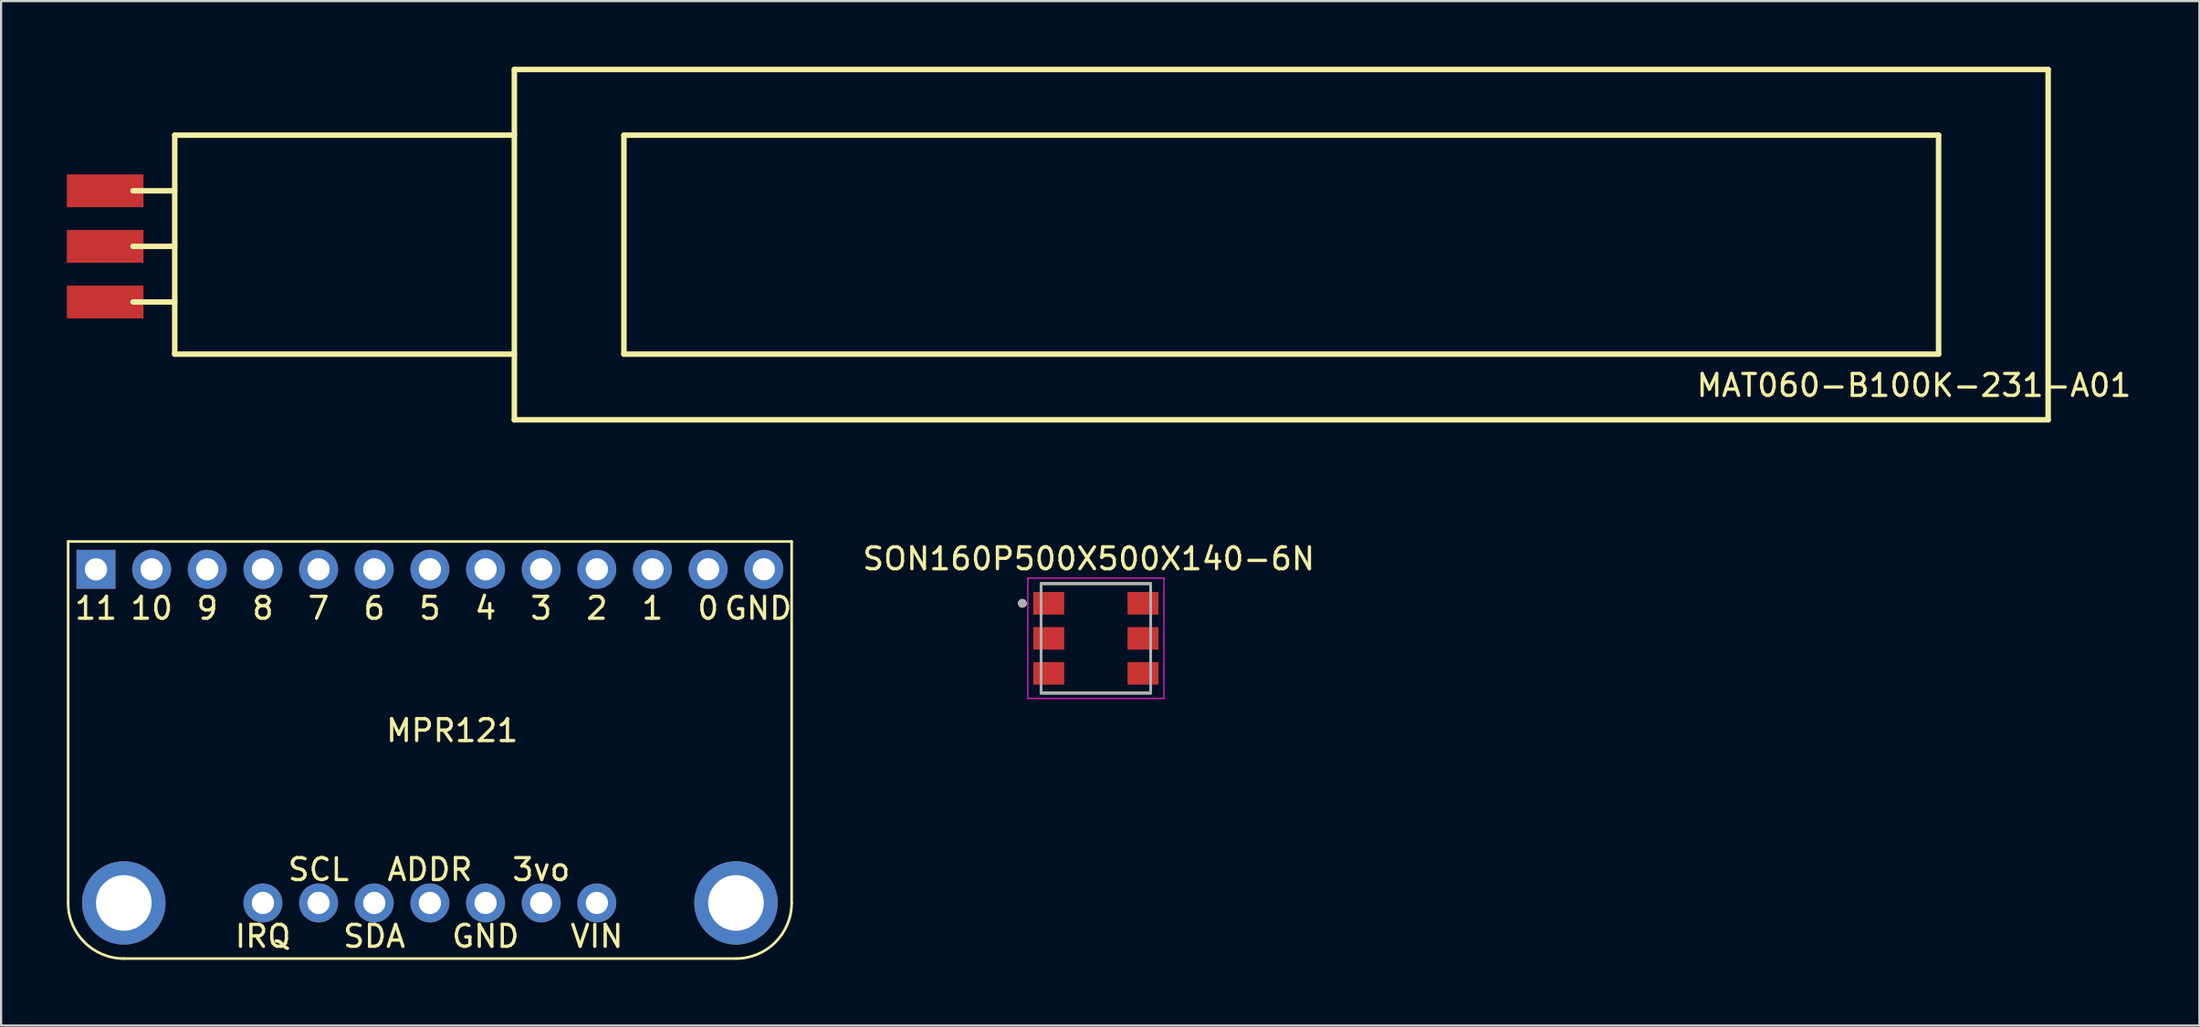
<source format=kicad_pcb>
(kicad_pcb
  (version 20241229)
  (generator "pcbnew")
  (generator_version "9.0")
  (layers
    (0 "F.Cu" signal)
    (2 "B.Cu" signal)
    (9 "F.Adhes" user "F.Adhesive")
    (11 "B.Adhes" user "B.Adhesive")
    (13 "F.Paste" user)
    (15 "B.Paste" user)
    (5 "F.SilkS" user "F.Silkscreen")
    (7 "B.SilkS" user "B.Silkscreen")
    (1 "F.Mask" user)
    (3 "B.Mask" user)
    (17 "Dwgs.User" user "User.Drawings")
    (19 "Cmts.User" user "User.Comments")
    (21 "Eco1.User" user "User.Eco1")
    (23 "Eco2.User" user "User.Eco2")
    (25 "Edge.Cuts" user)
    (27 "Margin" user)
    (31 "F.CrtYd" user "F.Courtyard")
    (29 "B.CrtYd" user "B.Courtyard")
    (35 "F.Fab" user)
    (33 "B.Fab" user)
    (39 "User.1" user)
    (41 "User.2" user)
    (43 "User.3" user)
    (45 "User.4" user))
  (footprint "MAT060-B100K-231-A01"
    (layer "F.Cu")
    (at 55.82 18.375)
    (property "Reference" "MAT060-B100K-231-A01" (at 28.48 -3.82 0) (layer "F.SilkS") (effects (font (size 1 1) (thickness 0.15))))
    (attr through_hole)
    (fp_line (start -50.895 -15.25) (end -50.895 -5.25) (stroke (width 0.25) (type solid)) (layer "F.SilkS"))
    (fp_line (start -50.895 -12.71) (end -52.8 -12.71) (stroke (width 0.25) (type solid)) (layer "F.SilkS"))
    (fp_line (start -50.895 -10.17) (end -52.8 -10.17) (stroke (width 0.25) (type solid)) (layer "F.SilkS"))
    (fp_line (start -50.895 -7.63) (end -52.8 -7.63) (stroke (width 0.25) (type solid)) (layer "F.SilkS"))
    (fp_line (start -50.895 -5.25) (end -35.395 -5.25) (stroke (width 0.25) (type solid)) (layer "F.SilkS"))
    (fp_line (start -35.395 -18.25) (end 34.605 -18.25) (stroke (width 0.25) (type solid)) (layer "F.SilkS"))
    (fp_line (start -35.395 -15.25) (end -50.895 -15.25) (stroke (width 0.25) (type solid)) (layer "F.SilkS"))
    (fp_line (start -35.395 -2.25) (end -35.395 -18.25) (stroke (width 0.25) (type solid)) (layer "F.SilkS"))
    (fp_line (start -30.395 -15.25) (end -30.395 -5.25) (stroke (width 0.25) (type solid)) (layer "F.SilkS"))
    (fp_line (start -30.395 -5.25) (end 29.605 -5.25) (stroke (width 0.25) (type solid)) (layer "F.SilkS"))
    (fp_line (start 29.605 -15.25) (end -30.395 -15.25) (stroke (width 0.25) (type solid)) (layer "F.SilkS"))
    (fp_line (start 29.605 -5.25) (end 29.605 -15.25) (stroke (width 0.25) (type solid)) (layer "F.SilkS"))
    (fp_line (start 34.605 -18.25) (end 34.605 -2.25) (stroke (width 0.25) (type solid)) (layer "F.SilkS"))
    (fp_line (start 34.605 -2.25) (end -35.395 -2.25) (stroke (width 0.25) (type solid)) (layer "F.SilkS"))
    (pad "1" smd rect (at -54.07 -12.71) (size 3.5 1.5) (layers "F.Cu" "F.Mask" "F.Paste"))
    (pad "2" smd rect (at -54.07 -10.17) (size 3.5 1.5) (layers "F.Cu" "F.Mask" "F.Paste"))
    (pad "3" smd rect (at -54.07 -7.63) (size 3.5 1.5) (layers "F.Cu" "F.Mask" "F.Paste")))
  (footprint "MPR121"
    (layer "F.Cu")
    (at 12.76 29.305)
    (property "Reference" "MPR121" (at 4.826 1.016 0) (layer "F.SilkS") (effects (font (size 1 1) (thickness 0.15))))
    (attr through_hole)
    (fp_line (start -12.7 -7.62) (end 20.32 -7.62) (stroke (width 0.12) (type solid)) (layer "F.SilkS"))
    (fp_line (start -12.7 8.89) (end -12.7 -7.62) (stroke (width 0.12) (type solid)) (layer "F.SilkS"))
    (fp_line (start 17.78 11.43) (end -10.16 11.43) (stroke (width 0.12) (type solid)) (layer "F.SilkS"))
    (fp_line (start 20.32 -7.62) (end 20.32 8.89) (stroke (width 0.12) (type solid)) (layer "F.SilkS"))
    (fp_arc (start -10.16 11.43) (mid -11.956051 10.686051) (end -12.7 8.89) (stroke (width 0.12) (type solid)) (layer "F.SilkS"))
    (fp_arc (start 20.32 8.89) (mid 19.576051 10.686051) (end 17.78 11.43) (stroke (width 0.12) (type solid)) (layer "F.SilkS"))
    (fp_text user "SCL" (at -1.27 7.366 0) (layer "F.SilkS") (effects (font (size 1 1) (thickness 0.15))))
    (fp_text user "0" (at 16.51 -4.572 0) (layer "F.SilkS") (effects (font (size 1 1) (thickness 0.15))))
    (fp_text user "2" (at 11.43 -4.572 0) (layer "F.SilkS") (effects (font (size 1 1) (thickness 0.15))))
    (fp_text user "1" (at 13.97 -4.572 0) (layer "F.SilkS") (effects (font (size 1 1) (thickness 0.15))))
    (fp_text user "VIN" (at 11.43 10.414 0) (layer "F.SilkS") (effects (font (size 1 1) (thickness 0.15))))
    (fp_text user "3" (at 8.89 -4.572 0) (layer "F.SilkS") (effects (font (size 1 1) (thickness 0.15))))
    (fp_text user "5" (at 3.81 -4.572 0) (layer "F.SilkS") (effects (font (size 1 1) (thickness 0.15))))
    (fp_text user "GND" (at 18.796 -4.572 0) (layer "F.SilkS") (effects (font (size 1 1) (thickness 0.15))))
    (fp_text user "4" (at 6.35 -4.572 0) (layer "F.SilkS") (effects (font (size 1 1) (thickness 0.15))))
    (fp_text user "3vo" (at 8.89 7.366 0) (layer "F.SilkS") (effects (font (size 1 1) (thickness 0.15))))
    (fp_text user "IRQ" (at -3.81 10.414 0) (layer "F.SilkS") (effects (font (size 1 1) (thickness 0.15))))
    (fp_text user "7" (at -1.27 -4.572 0) (layer "F.SilkS") (effects (font (size 1 1) (thickness 0.15))))
    (fp_text user "6" (at 1.27 -4.572 0) (layer "F.SilkS") (effects (font (size 1 1) (thickness 0.15))))
    (fp_text user "GND" (at 6.35 10.414 0) (layer "F.SilkS") (effects (font (size 1 1) (thickness 0.15))))
    (fp_text user "10" (at -8.89 -4.572 0) (layer "F.SilkS") (effects (font (size 1 1) (thickness 0.15))))
    (fp_text user "9" (at -6.35 -4.572 0) (layer "F.SilkS") (effects (font (size 1 1) (thickness 0.15))))
    (fp_text user "ADDR" (at 3.81 7.366 0) (layer "F.SilkS") (effects (font (size 1 1) (thickness 0.15))))
    (fp_text user "SDA" (at 1.27 10.414 0) (layer "F.SilkS") (effects (font (size 1 1) (thickness 0.15))))
    (fp_text user "11" (at -11.43 -4.572 0) (layer "F.SilkS") (effects (font (size 1 1) (thickness 0.15))))
    (fp_text user "8" (at -3.81 -4.572 0) (layer "F.SilkS") (effects (font (size 1 1) (thickness 0.15))))
    (pad "" thru_hole circle (at -10.16 8.89) (size 3.81 3.81) (drill 2.54) (layers "*.Cu" "*.Mask"))
    (pad "" thru_hole circle (at 17.78 8.89) (size 3.81 3.81) (drill 2.54) (layers "*.Cu" "*.Mask"))
    (pad "1" thru_hole circle (at 19.05 -6.35) (size 1.778 1.778) (drill 1.016) (layers "*.Cu" "*.Mask"))
    (pad "2" thru_hole circle (at 16.51 -6.35) (size 1.778 1.778) (drill 1.016) (layers "*.Cu" "*.Mask"))
    (pad "3" thru_hole circle (at 13.97 -6.35) (size 1.778 1.778) (drill 1.016) (layers "*.Cu" "*.Mask"))
    (pad "4" thru_hole circle (at 11.43 -6.35) (size 1.778 1.778) (drill 1.016) (layers "*.Cu" "*.Mask"))
    (pad "5" thru_hole circle (at 8.89 -6.35) (size 1.778 1.778) (drill 1.016) (layers "*.Cu" "*.Mask"))
    (pad "6" thru_hole circle (at 6.35 -6.35) (size 1.778 1.778) (drill 1.016) (layers "*.Cu" "*.Mask"))
    (pad "7" thru_hole circle (at 3.81 -6.35) (size 1.778 1.778) (drill 1.016) (layers "*.Cu" "*.Mask"))
    (pad "8" thru_hole circle (at 1.27 -6.35) (size 1.778 1.778) (drill 1.016) (layers "*.Cu" "*.Mask"))
    (pad "9" thru_hole circle (at -1.27 -6.35) (size 1.778 1.778) (drill 1.016) (layers "*.Cu" "*.Mask"))
    (pad "10" thru_hole circle (at -3.81 -6.35) (size 1.778 1.778) (drill 1.016) (layers "*.Cu" "*.Mask"))
    (pad "11" thru_hole circle (at -6.35 -6.35) (size 1.778 1.778) (drill 1.016) (layers "*.Cu" "*.Mask"))
    (pad "12" thru_hole circle (at -8.89 -6.35) (size 1.778 1.778) (drill 1.016) (layers "*.Cu" "*.Mask"))
    (pad "13" thru_hole rect (at -11.43 -6.35) (size 1.778 1.778) (drill 1.016) (layers "*.Cu" "*.Mask"))
    (pad "14" thru_hole circle (at -3.81 8.89) (size 1.778 1.778) (drill 1.016) (layers "*.Cu" "*.Mask"))
    (pad "15" thru_hole circle (at -1.27 8.89) (size 1.778 1.778) (drill 1.016) (layers "*.Cu" "*.Mask"))
    (pad "16" thru_hole circle (at 1.27 8.89) (size 1.778 1.778) (drill 1.016) (layers "*.Cu" "*.Mask"))
    (pad "17" thru_hole circle (at 3.81 8.89) (size 1.778 1.778) (drill 1.016) (layers "*.Cu" "*.Mask"))
    (pad "18" thru_hole circle (at 6.35 8.89) (size 1.778 1.778) (drill 1.016) (layers "*.Cu" "*.Mask"))
    (pad "19" thru_hole circle (at 8.89 8.89) (size 1.778 1.778) (drill 1.016) (layers "*.Cu" "*.Mask"))
    (pad "20" thru_hole circle (at 11.43 8.89) (size 1.778 1.778) (drill 1.016) (layers "*.Cu" "*.Mask")))
  (footprint "SON160P500X500X140-6N"
    (layer "F.Cu")
    (at 46.964 26.108)
    (property "Reference" "SON160P500X500X140-6N" (at -0.325 -3.635 0) (layer "F.SilkS") (effects (font (size 1 1) (thickness 0.15))))
    (attr through_hole)
    (fp_line (start -2.5 -2.5) (end 2.5 -2.5) (stroke (width 0.127) (type solid)) (layer "F.SilkS"))
    (fp_line (start -2.5 2.5) (end 2.5 2.5) (stroke (width 0.127) (type solid)) (layer "F.SilkS"))
    (fp_circle (center -3.355 -1.6) (end -3.255 -1.6) (stroke (width 0.2) (type solid)) (fill no) (layer "F.SilkS"))
    (fp_line (start -3.105 -2.75) (end -3.105 2.75) (stroke (width 0.05) (type solid)) (layer "F.CrtYd"))
    (fp_line (start -3.105 -2.75) (end 3.105 -2.75) (stroke (width 0.05) (type solid)) (layer "F.CrtYd"))
    (fp_line (start -3.105 2.75) (end 3.105 2.75) (stroke (width 0.05) (type solid)) (layer "F.CrtYd"))
    (fp_line (start 3.105 -2.75) (end 3.105 2.75) (stroke (width 0.05) (type solid)) (layer "F.CrtYd"))
    (fp_line (start -2.5 -2.5) (end -2.5 2.5) (stroke (width 0.127) (type solid)) (layer "F.Fab"))
    (fp_line (start -2.5 -2.5) (end 2.5 -2.5) (stroke (width 0.127) (type solid)) (layer "F.Fab"))
    (fp_line (start -2.5 2.5) (end 2.5 2.5) (stroke (width 0.127) (type solid)) (layer "F.Fab"))
    (fp_line (start 2.5 -2.5) (end 2.5 2.5) (stroke (width 0.127) (type solid)) (layer "F.Fab"))
    (fp_circle (center -3.355 -1.6) (end -3.255 -1.6) (stroke (width 0.2) (type solid)) (fill no) (layer "F.Fab"))
    (pad "1" smd rect (at -2.15 -1.6) (size 1.41 1.03) (layers "F.Cu" "F.Mask" "F.Paste"))
    (pad "2" smd rect (at -2.15 0) (size 1.41 1.03) (layers "F.Cu" "F.Mask" "F.Paste"))
    (pad "3" smd rect (at -2.15 1.6) (size 1.41 1.03) (layers "F.Cu" "F.Mask" "F.Paste"))
    (pad "4" smd rect (at 2.15 1.6) (size 1.41 1.03) (layers "F.Cu" "F.Mask" "F.Paste"))
    (pad "5" smd rect (at 2.15 0) (size 1.41 1.03) (layers "F.Cu" "F.Mask" "F.Paste"))
    (pad "6" smd rect (at 2.15 -1.6) (size 1.41 1.03) (layers "F.Cu" "F.Mask" "F.Paste")))
  (gr_rect
    (start -3 -3)
    (end 97.33 43.795)
    (stroke (width 0.1) (type default))
    (fill no)
    (layer "Edge.Cuts")))
</source>
